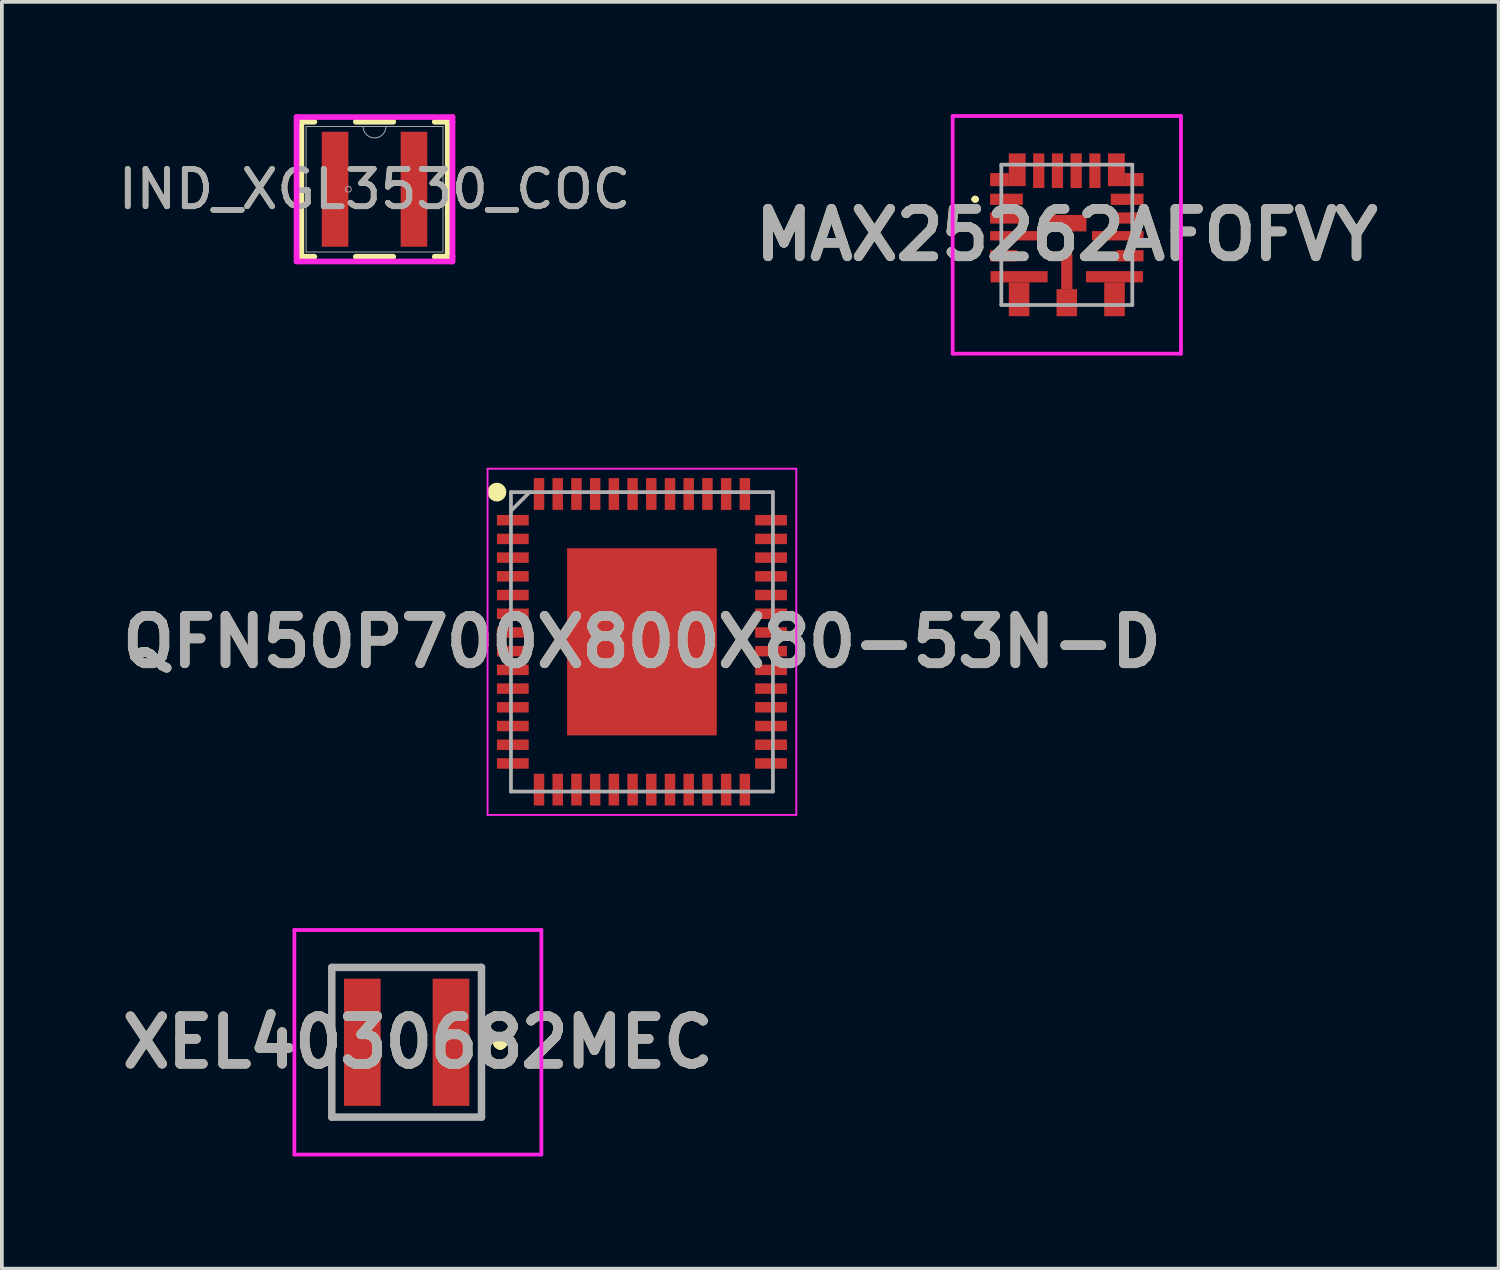
<source format=kicad_pcb>
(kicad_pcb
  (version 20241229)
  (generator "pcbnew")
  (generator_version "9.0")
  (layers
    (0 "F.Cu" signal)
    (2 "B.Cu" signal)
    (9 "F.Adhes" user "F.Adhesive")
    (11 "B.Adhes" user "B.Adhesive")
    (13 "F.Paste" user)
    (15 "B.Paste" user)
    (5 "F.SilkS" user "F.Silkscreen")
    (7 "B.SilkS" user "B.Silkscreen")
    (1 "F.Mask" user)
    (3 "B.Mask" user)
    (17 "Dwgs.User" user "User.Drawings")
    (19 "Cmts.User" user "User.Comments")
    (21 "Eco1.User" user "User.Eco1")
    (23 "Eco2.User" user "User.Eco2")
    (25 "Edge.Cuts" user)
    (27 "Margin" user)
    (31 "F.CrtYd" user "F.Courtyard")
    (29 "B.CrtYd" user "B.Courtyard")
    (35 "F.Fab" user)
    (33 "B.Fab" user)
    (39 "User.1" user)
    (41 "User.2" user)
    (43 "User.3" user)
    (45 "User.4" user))
  (footprint "QFN50P700X800X80-53N-D"
    (layer "F.Cu")
    (at 14.103 14.1)
    (property "Reference" "QFN50P700X800X80-53N-D" (at 0 0 0) (layer "F.SilkS") (effects (font (size 1.27 1.27) (thickness 0.254))))
    (attr smd)
    (fp_circle (center -3.875 -4) (end -3.875 -3.875) (stroke (width 0.25) (type solid)) (fill no) (layer "F.SilkS"))
    (fp_line (start -4.125 -4.625) (end 4.125 -4.625) (stroke (width 0.05) (type solid)) (layer "F.CrtYd"))
    (fp_line (start -4.125 4.625) (end -4.125 -4.625) (stroke (width 0.05) (type solid)) (layer "F.CrtYd"))
    (fp_line (start 4.125 -4.625) (end 4.125 4.625) (stroke (width 0.05) (type solid)) (layer "F.CrtYd"))
    (fp_line (start 4.125 4.625) (end -4.125 4.625) (stroke (width 0.05) (type solid)) (layer "F.CrtYd"))
    (fp_line (start -3.5 -4) (end 3.5 -4) (stroke (width 0.1) (type solid)) (layer "F.Fab"))
    (fp_line (start -3.5 -3.5) (end -3 -4) (stroke (width 0.1) (type solid)) (layer "F.Fab"))
    (fp_line (start -3.5 4) (end -3.5 -4) (stroke (width 0.1) (type solid)) (layer "F.Fab"))
    (fp_line (start 3.5 -4) (end 3.5 4) (stroke (width 0.1) (type solid)) (layer "F.Fab"))
    (fp_line (start 3.5 4) (end -3.5 4) (stroke (width 0.1) (type solid)) (layer "F.Fab"))
    (fp_text user "${REFERENCE}" (at 0 0 0) (layer "F.Fab") (effects (font (size 1.27 1.27) (thickness 0.254))))
    (pad "1" smd rect (at -3.45 -3.25 90) (size 0.28 0.85) (layers "F.Cu" "F.Mask" "F.Paste"))
    (pad "2" smd rect (at -3.45 -2.75 90) (size 0.28 0.85) (layers "F.Cu" "F.Mask" "F.Paste"))
    (pad "3" smd rect (at -3.45 -2.25 90) (size 0.28 0.85) (layers "F.Cu" "F.Mask" "F.Paste"))
    (pad "4" smd rect (at -3.45 -1.75 90) (size 0.28 0.85) (layers "F.Cu" "F.Mask" "F.Paste"))
    (pad "5" smd rect (at -3.45 -1.25 90) (size 0.28 0.85) (layers "F.Cu" "F.Mask" "F.Paste"))
    (pad "6" smd rect (at -3.45 -0.75 90) (size 0.28 0.85) (layers "F.Cu" "F.Mask" "F.Paste"))
    (pad "7" smd rect (at -3.45 -0.25 90) (size 0.28 0.85) (layers "F.Cu" "F.Mask" "F.Paste"))
    (pad "8" smd rect (at -3.45 0.25 90) (size 0.28 0.85) (layers "F.Cu" "F.Mask" "F.Paste"))
    (pad "9" smd rect (at -3.45 0.75 90) (size 0.28 0.85) (layers "F.Cu" "F.Mask" "F.Paste"))
    (pad "10" smd rect (at -3.45 1.25 90) (size 0.28 0.85) (layers "F.Cu" "F.Mask" "F.Paste"))
    (pad "11" smd rect (at -3.45 1.75 90) (size 0.28 0.85) (layers "F.Cu" "F.Mask" "F.Paste"))
    (pad "12" smd rect (at -3.45 2.25 90) (size 0.28 0.85) (layers "F.Cu" "F.Mask" "F.Paste"))
    (pad "13" smd rect (at -3.45 2.75 90) (size 0.28 0.85) (layers "F.Cu" "F.Mask" "F.Paste"))
    (pad "14" smd rect (at -3.45 3.25 90) (size 0.28 0.85) (layers "F.Cu" "F.Mask" "F.Paste"))
    (pad "15" smd rect (at -2.75 3.95) (size 0.28 0.85) (layers "F.Cu" "F.Mask" "F.Paste"))
    (pad "16" smd rect (at -2.25 3.95) (size 0.28 0.85) (layers "F.Cu" "F.Mask" "F.Paste"))
    (pad "17" smd rect (at -1.75 3.95) (size 0.28 0.85) (layers "F.Cu" "F.Mask" "F.Paste"))
    (pad "18" smd rect (at -1.25 3.95) (size 0.28 0.85) (layers "F.Cu" "F.Mask" "F.Paste"))
    (pad "19" smd rect (at -0.75 3.95) (size 0.28 0.85) (layers "F.Cu" "F.Mask" "F.Paste"))
    (pad "20" smd rect (at -0.25 3.95) (size 0.28 0.85) (layers "F.Cu" "F.Mask" "F.Paste"))
    (pad "21" smd rect (at 0.25 3.95) (size 0.28 0.85) (layers "F.Cu" "F.Mask" "F.Paste"))
    (pad "22" smd rect (at 0.75 3.95) (size 0.28 0.85) (layers "F.Cu" "F.Mask" "F.Paste"))
    (pad "23" smd rect (at 1.25 3.95) (size 0.28 0.85) (layers "F.Cu" "F.Mask" "F.Paste"))
    (pad "24" smd rect (at 1.75 3.95) (size 0.28 0.85) (layers "F.Cu" "F.Mask" "F.Paste"))
    (pad "25" smd rect (at 2.25 3.95) (size 0.28 0.85) (layers "F.Cu" "F.Mask" "F.Paste"))
    (pad "26" smd rect (at 2.75 3.95) (size 0.28 0.85) (layers "F.Cu" "F.Mask" "F.Paste"))
    (pad "27" smd rect (at 3.45 3.25 90) (size 0.28 0.85) (layers "F.Cu" "F.Mask" "F.Paste"))
    (pad "28" smd rect (at 3.45 2.75 90) (size 0.28 0.85) (layers "F.Cu" "F.Mask" "F.Paste"))
    (pad "29" smd rect (at 3.45 2.25 90) (size 0.28 0.85) (layers "F.Cu" "F.Mask" "F.Paste"))
    (pad "30" smd rect (at 3.45 1.75 90) (size 0.28 0.85) (layers "F.Cu" "F.Mask" "F.Paste"))
    (pad "31" smd rect (at 3.45 1.25 90) (size 0.28 0.85) (layers "F.Cu" "F.Mask" "F.Paste"))
    (pad "32" smd rect (at 3.45 0.75 90) (size 0.28 0.85) (layers "F.Cu" "F.Mask" "F.Paste"))
    (pad "33" smd rect (at 3.45 0.25 90) (size 0.28 0.85) (layers "F.Cu" "F.Mask" "F.Paste"))
    (pad "34" smd rect (at 3.45 -0.25 90) (size 0.28 0.85) (layers "F.Cu" "F.Mask" "F.Paste"))
    (pad "35" smd rect (at 3.45 -0.75 90) (size 0.28 0.85) (layers "F.Cu" "F.Mask" "F.Paste"))
    (pad "36" smd rect (at 3.45 -1.25 90) (size 0.28 0.85) (layers "F.Cu" "F.Mask" "F.Paste"))
    (pad "37" smd rect (at 3.45 -1.75 90) (size 0.28 0.85) (layers "F.Cu" "F.Mask" "F.Paste"))
    (pad "38" smd rect (at 3.45 -2.25 90) (size 0.28 0.85) (layers "F.Cu" "F.Mask" "F.Paste"))
    (pad "39" smd rect (at 3.45 -2.75 90) (size 0.28 0.85) (layers "F.Cu" "F.Mask" "F.Paste"))
    (pad "40" smd rect (at 3.45 -3.25 90) (size 0.28 0.85) (layers "F.Cu" "F.Mask" "F.Paste"))
    (pad "41" smd rect (at 2.75 -3.95) (size 0.28 0.85) (layers "F.Cu" "F.Mask" "F.Paste"))
    (pad "42" smd rect (at 2.25 -3.95) (size 0.28 0.85) (layers "F.Cu" "F.Mask" "F.Paste"))
    (pad "43" smd rect (at 1.75 -3.95) (size 0.28 0.85) (layers "F.Cu" "F.Mask" "F.Paste"))
    (pad "44" smd rect (at 1.25 -3.95) (size 0.28 0.85) (layers "F.Cu" "F.Mask" "F.Paste"))
    (pad "45" smd rect (at 0.75 -3.95) (size 0.28 0.85) (layers "F.Cu" "F.Mask" "F.Paste"))
    (pad "46" smd rect (at 0.25 -3.95) (size 0.28 0.85) (layers "F.Cu" "F.Mask" "F.Paste"))
    (pad "47" smd rect (at -0.25 -3.95) (size 0.28 0.85) (layers "F.Cu" "F.Mask" "F.Paste"))
    (pad "48" smd rect (at -0.75 -3.95) (size 0.28 0.85) (layers "F.Cu" "F.Mask" "F.Paste"))
    (pad "49" smd rect (at -1.25 -3.95) (size 0.28 0.85) (layers "F.Cu" "F.Mask" "F.Paste"))
    (pad "50" smd rect (at -1.75 -3.95) (size 0.28 0.85) (layers "F.Cu" "F.Mask" "F.Paste"))
    (pad "51" smd rect (at -2.25 -3.95) (size 0.28 0.85) (layers "F.Cu" "F.Mask" "F.Paste"))
    (pad "52" smd rect (at -2.75 -3.95) (size 0.28 0.85) (layers "F.Cu" "F.Mask" "F.Paste"))
    (pad "53" smd rect (at 0 0) (size 4 5) (layers "F.Cu" "F.Mask" "F.Paste")))
  (footprint "IND_XGL3530_COC"
    (layer "F.Cu")
    (at 6.958 2.007)
    (property "Reference" "IND_XGL3530_COC" (at 0 0 0) (unlocked yes) (layer "F.SilkS") (effects (font (size 1 1) (thickness 0.15))))
    (attr smd)
    (fp_line (start -1.956 -1.803) (end -1.956 1.803) (stroke (width 0.152) (type solid)) (layer "F.SilkS"))
    (fp_line (start -1.956 1.803) (end -1.609 1.803) (stroke (width 0.152) (type solid)) (layer "F.SilkS"))
    (fp_line (start -1.609 -1.803) (end -1.956 -1.803) (stroke (width 0.152) (type solid)) (layer "F.SilkS"))
    (fp_line (start -0.5 1.803) (end 0.5 1.803) (stroke (width 0.152) (type solid)) (layer "F.SilkS"))
    (fp_line (start 0.5 -1.803) (end -0.5 -1.803) (stroke (width 0.152) (type solid)) (layer "F.SilkS"))
    (fp_line (start 1.609 1.803) (end 1.956 1.803) (stroke (width 0.152) (type solid)) (layer "F.SilkS"))
    (fp_line (start 1.956 -1.803) (end 1.609 -1.803) (stroke (width 0.152) (type solid)) (layer "F.SilkS"))
    (fp_line (start 1.956 1.803) (end 1.956 -1.803) (stroke (width 0.152) (type solid)) (layer "F.SilkS"))
    (fp_line (start -2.083 -1.93) (end 2.083 -1.93) (stroke (width 0.152) (type solid)) (layer "F.CrtYd"))
    (fp_line (start -2.083 -1.791) (end -2.083 -1.93) (stroke (width 0.152) (type solid)) (layer "F.CrtYd"))
    (fp_line (start -2.083 -1.791) (end -2.083 -1.791) (stroke (width 0.152) (type solid)) (layer "F.CrtYd"))
    (fp_line (start -2.083 1.791) (end -2.083 -1.791) (stroke (width 0.152) (type solid)) (layer "F.CrtYd"))
    (fp_line (start -2.083 1.791) (end -2.083 1.791) (stroke (width 0.152) (type solid)) (layer "F.CrtYd"))
    (fp_line (start -2.083 1.93) (end -2.083 1.791) (stroke (width 0.152) (type solid)) (layer "F.CrtYd"))
    (fp_line (start 2.083 -1.93) (end 2.083 -1.791) (stroke (width 0.152) (type solid)) (layer "F.CrtYd"))
    (fp_line (start 2.083 -1.791) (end 2.083 -1.791) (stroke (width 0.152) (type solid)) (layer "F.CrtYd"))
    (fp_line (start 2.083 -1.791) (end 2.083 1.791) (stroke (width 0.152) (type solid)) (layer "F.CrtYd"))
    (fp_line (start 2.083 1.791) (end 2.083 1.791) (stroke (width 0.152) (type solid)) (layer "F.CrtYd"))
    (fp_line (start 2.083 1.791) (end 2.083 1.93) (stroke (width 0.152) (type solid)) (layer "F.CrtYd"))
    (fp_line (start 2.083 1.93) (end -2.083 1.93) (stroke (width 0.152) (type solid)) (layer "F.CrtYd"))
    (fp_line (start -1.829 -1.676) (end -1.829 1.676) (stroke (width 0.025) (type solid)) (layer "F.Fab"))
    (fp_line (start -1.829 1.676) (end 1.829 1.676) (stroke (width 0.025) (type solid)) (layer "F.Fab"))
    (fp_line (start 1.829 -1.676) (end -1.829 -1.676) (stroke (width 0.025) (type solid)) (layer "F.Fab"))
    (fp_line (start 1.829 1.676) (end 1.829 -1.676) (stroke (width 0.025) (type solid)) (layer "F.Fab"))
    (fp_arc (start 0.3048 -1.6764) (mid 0 -1.3716) (end -0.3048 -1.6764) (stroke (width 0.0254) (type solid)) (layer "F.Fab"))
    (fp_circle (center -0.699 0) (end -0.622 0) (stroke (width 0.025) (type solid)) (fill no) (layer "F.Fab"))
    (fp_text user "${REFERENCE}" (at 0 0 0) (unlocked yes) (layer "F.Fab") (effects (font (size 1 1) (thickness 0.15))))
    (pad "1" smd rect (at -1.054 0) (size 0.711 3.073) (layers "F.Cu" "F.Mask" "F.Paste"))
    (pad "2" smd rect (at 1.054 0) (size 0.711 3.073) (layers "F.Cu" "F.Mask" "F.Paste")))
  (footprint "MAX25262AFOFVY"
    (layer "F.Cu")
    (at 25.456 3.225)
    (property "Reference" "MAX25262AFOFVY" (at 0 0 0) (layer "F.SilkS") (effects (font (size 1.27 1.27) (thickness 0.254))))
    (attr smd)
    (fp_line (start -2.5 -0.95) (end -2.5 -0.95) (stroke (width 0.1) (type solid)) (layer "F.SilkS"))
    (fp_line (start -2.4 -0.95) (end -2.4 -0.95) (stroke (width 0.1) (type solid)) (layer "F.SilkS"))
    (fp_arc (start -2.5 -0.95) (mid -2.45 -1) (end -2.4 -0.95) (stroke (width 0.1) (type solid)) (layer "F.SilkS"))
    (fp_arc (start -2.4 -0.95) (mid -2.45 -0.9) (end -2.5 -0.95) (stroke (width 0.1) (type solid)) (layer "F.SilkS"))
    (fp_line (start -3.05 -3.175) (end 3.05 -3.175) (stroke (width 0.1) (type solid)) (layer "F.CrtYd"))
    (fp_line (start -3.05 3.175) (end -3.05 -3.175) (stroke (width 0.1) (type solid)) (layer "F.CrtYd"))
    (fp_line (start 3.05 -3.175) (end 3.05 3.175) (stroke (width 0.1) (type solid)) (layer "F.CrtYd"))
    (fp_line (start 3.05 3.175) (end -3.05 3.175) (stroke (width 0.1) (type solid)) (layer "F.CrtYd"))
    (fp_line (start -1.75 -1.875) (end 1.75 -1.875) (stroke (width 0.1) (type solid)) (layer "F.Fab"))
    (fp_line (start -1.75 1.875) (end -1.75 -1.875) (stroke (width 0.1) (type solid)) (layer "F.Fab"))
    (fp_line (start 1.75 -1.875) (end 1.75 1.875) (stroke (width 0.1) (type solid)) (layer "F.Fab"))
    (fp_line (start 1.75 1.875) (end -1.75 1.875) (stroke (width 0.1) (type solid)) (layer "F.Fab"))
    (fp_text user "${REFERENCE}" (at 0 0 0) (layer "F.Fab") (effects (font (size 1.27 1.27) (thickness 0.254))))
    (pad "1" smd rect (at -1.612 -0.95 90) (size 0.3 0.875) (layers "F.Cu" "F.Mask" "F.Paste"))
    (pad "2" smd rect (at -1.637 -0.45 90) (size 0.3 0.825) (layers "F.Cu" "F.Mask" "F.Paste"))
    (pad "3" smd rect (at -1.362 0.025 90) (size 0.25 1.375) (layers "F.Cu" "F.Mask" "F.Paste"))
    (pad "4" smd rect (at -1.687 0.56 90) (size 0.3 0.725) (layers "F.Cu" "F.Mask" "F.Paste"))
    (pad "5" smd rect (at -1.275 1.12 90) (size 0.3 1.525) (layers "F.Cu" "F.Mask" "F.Paste"))
    (pad "6" smd rect (at 0 1.813) (size 0.55 0.725) (layers "F.Cu" "F.Mask" "F.Paste"))
    (pad "7" smd rect (at 1.275 1.12 90) (size 0.3 1.525) (layers "F.Cu" "F.Mask" "F.Paste"))
    (pad "8" smd rect (at 1.687 0.56 90) (size 0.3 0.725) (layers "F.Cu" "F.Mask" "F.Paste"))
    (pad "9" smd rect (at 1.362 0.025 90) (size 0.25 1.375) (layers "F.Cu" "F.Mask" "F.Paste"))
    (pad "10" smd rect (at 1.637 -0.45 90) (size 0.3 0.825) (layers "F.Cu" "F.Mask" "F.Paste"))
    (pad "11" smd rect (at 1.612 -0.95 90) (size 0.3 0.875) (layers "F.Cu" "F.Mask" "F.Paste"))
    (pad "12" smd rect (at 1.325 -1.738) (size 0.45 0.875) (layers "F.Cu" "F.Mask" "F.Paste"))
    (pad "13" smd rect (at 0.75 -1.713) (size 0.3 0.925) (layers "F.Cu" "F.Mask" "F.Paste"))
    (pad "14" smd rect (at 0.25 -1.713) (size 0.3 0.925) (layers "F.Cu" "F.Mask" "F.Paste"))
    (pad "15" smd rect (at -0.25 -1.713) (size 0.3 0.925) (layers "F.Cu" "F.Mask" "F.Paste"))
    (pad "16" smd rect (at -0.75 -1.713) (size 0.3 0.925) (layers "F.Cu" "F.Mask" "F.Paste"))
    (pad "17" smd rect (at -1.325 -1.738) (size 0.45 0.875) (layers "F.Cu" "F.Mask" "F.Paste"))
    (pad "18" smd rect (at -1.8 -1.475 90) (size 0.35 0.5) (layers "F.Cu" "F.Mask" "F.Paste"))
    (pad "19" smd rect (at -1.275 1.722) (size 0.55 0.905) (layers "F.Cu" "F.Mask" "F.Paste"))
    (pad "20" smd rect (at 0 0.975) (size 0.3 0.95) (layers "F.Cu" "F.Mask" "F.Paste"))
    (pad "21" smd rect (at 1.275 1.722) (size 0.55 0.905) (layers "F.Cu" "F.Mask" "F.Paste"))
    (pad "22" smd rect (at 1.8 -1.475 90) (size 0.35 0.5) (layers "F.Cu" "F.Mask" "F.Paste"))
    (pad "23" smd rect (at 0 -0.312 90) (size 0.44 1.05) (layers "F.Cu" "F.Mask" "F.Paste")))
  (footprint "XEL4030682MEC"
    (layer "F.Cu")
    (at 7.816 24.8)
    (property "Reference" "XEL4030682MEC" (at 0.3 0 0) (layer "F.SilkS") (effects (font (size 1.27 1.27) (thickness 0.254))))
    (attr smd)
    (fp_line (start -2 -2) (end 2 -2) (stroke (width 0.1) (type solid)) (layer "F.SilkS"))
    (fp_line (start -2 2) (end -2 -2) (stroke (width 0.1) (type solid)) (layer "F.SilkS"))
    (fp_line (start 2 -2) (end 2 2) (stroke (width 0.1) (type solid)) (layer "F.SilkS"))
    (fp_line (start 2 2) (end -2 2) (stroke (width 0.1) (type solid)) (layer "F.SilkS"))
    (fp_line (start 2.5 -0.1) (end 2.5 -0.1) (stroke (width 0.2) (type solid)) (layer "F.SilkS"))
    (fp_line (start 2.5 0.1) (end 2.5 0.1) (stroke (width 0.2) (type solid)) (layer "F.SilkS"))
    (fp_arc (start 2.5 -0.1) (mid 2.6 0) (end 2.5 0.1) (stroke (width 0.2) (type solid)) (layer "F.SilkS"))
    (fp_arc (start 2.5 0.1) (mid 2.4 0) (end 2.5 -0.1) (stroke (width 0.2) (type solid)) (layer "F.SilkS"))
    (fp_line (start -3 -3) (end 3.6 -3) (stroke (width 0.1) (type solid)) (layer "F.CrtYd"))
    (fp_line (start -3 3) (end -3 -3) (stroke (width 0.1) (type solid)) (layer "F.CrtYd"))
    (fp_line (start 3.6 -3) (end 3.6 3) (stroke (width 0.1) (type solid)) (layer "F.CrtYd"))
    (fp_line (start 3.6 3) (end -3 3) (stroke (width 0.1) (type solid)) (layer "F.CrtYd"))
    (fp_line (start -2 -2) (end 2 -2) (stroke (width 0.2) (type solid)) (layer "F.Fab"))
    (fp_line (start -2 2) (end -2 -2) (stroke (width 0.2) (type solid)) (layer "F.Fab"))
    (fp_line (start 2 -2) (end 2 2) (stroke (width 0.2) (type solid)) (layer "F.Fab"))
    (fp_line (start 2 2) (end -2 2) (stroke (width 0.2) (type solid)) (layer "F.Fab"))
    (fp_text user "${REFERENCE}" (at 0.3 0 0) (layer "F.Fab") (effects (font (size 1.27 1.27) (thickness 0.254))))
    (pad "1" smd rect (at -1.185 0) (size 0.98 3.4) (layers "F.Cu" "F.Mask" "F.Paste"))
    (pad "2" smd rect (at 1.185 0) (size 0.98 3.4) (layers "F.Cu" "F.Mask" "F.Paste")))
  (gr_rect
    (start -3 -3)
    (end 36.995 30.85)
    (stroke (width 0.1) (type default))
    (fill no)
    (layer "Edge.Cuts")))
</source>
